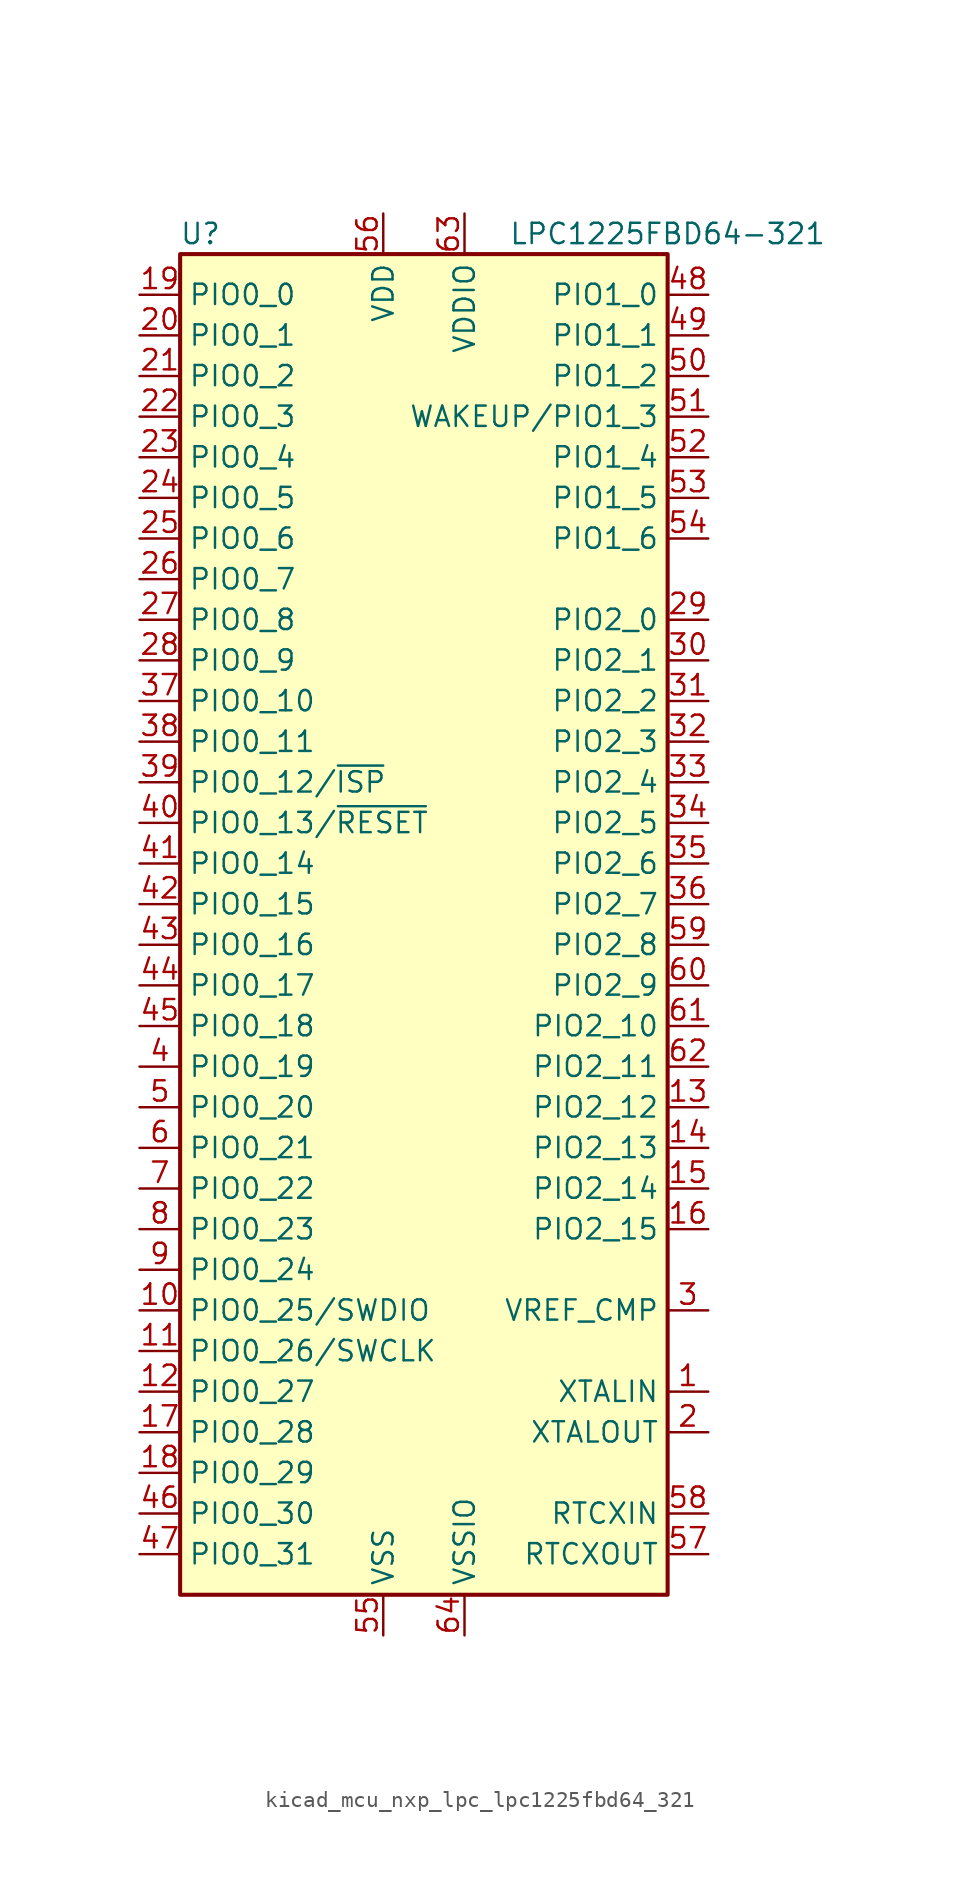
<source format=kicad_sym>
(kicad_symbol_lib
  (version 20220914)
  (generator kicad_symbol_editor)
  (symbol "kicad_mcu_nxp_lpc_lpc1225fbd64_321"
    (property "Reference" "U"
      (at -13.97 44.45 0)
      (effects (font (size 1.27 1.27))))
    (property "Value" "LPC1225FBD64-321"
      (at 15.24 44.45 0)
      (effects (font (size 1.27 1.27))))
    (symbol "kicad_mcu_nxp_lpc_lpc1225fbd64_321_0_1"
      (rectangle (start -15.24 43.18) (end 15.24 -40.64) (stroke (width 0.254) (type default)) (fill (type background))))
    (symbol "kicad_mcu_nxp_lpc_lpc1225fbd64_321_1_1"
      (pin input line (at 17.78 -27.94 180) (length 2.54) (name "XTALIN" (effects (font (size 1.27 1.27)))) (number "1" (effects (font (size 1.27 1.27)))))
      (pin bidirectional line (at -17.78 -22.86 0) (length 2.54) (name "PIO0_25/SWDIO" (effects (font (size 1.27 1.27)))) (number "10" (effects (font (size 1.27 1.27)))))
      (pin bidirectional line (at -17.78 -25.4 0) (length 2.54) (name "PIO0_26/SWCLK" (effects (font (size 1.27 1.27)))) (number "11" (effects (font (size 1.27 1.27)))))
      (pin bidirectional line (at -17.78 -27.94 0) (length 2.54) (name "PIO0_27" (effects (font (size 1.27 1.27)))) (number "12" (effects (font (size 1.27 1.27)))))
      (pin bidirectional line (at 17.78 -10.16 180) (length 2.54) (name "PIO2_12" (effects (font (size 1.27 1.27)))) (number "13" (effects (font (size 1.27 1.27)))))
      (pin bidirectional line (at 17.78 -12.7 180) (length 2.54) (name "PIO2_13" (effects (font (size 1.27 1.27)))) (number "14" (effects (font (size 1.27 1.27)))))
      (pin bidirectional line (at 17.78 -15.24 180) (length 2.54) (name "PIO2_14" (effects (font (size 1.27 1.27)))) (number "15" (effects (font (size 1.27 1.27)))))
      (pin bidirectional line (at 17.78 -17.78 180) (length 2.54) (name "PIO2_15" (effects (font (size 1.27 1.27)))) (number "16" (effects (font (size 1.27 1.27)))))
      (pin bidirectional line (at -17.78 -30.48 0) (length 2.54) (name "PIO0_28" (effects (font (size 1.27 1.27)))) (number "17" (effects (font (size 1.27 1.27)))))
      (pin bidirectional line (at -17.78 -33.02 0) (length 2.54) (name "PIO0_29" (effects (font (size 1.27 1.27)))) (number "18" (effects (font (size 1.27 1.27)))))
      (pin bidirectional line (at -17.78 40.64 0) (length 2.54) (name "PIO0_0" (effects (font (size 1.27 1.27)))) (number "19" (effects (font (size 1.27 1.27)))))
      (pin output line (at 17.78 -30.48 180) (length 2.54) (name "XTALOUT" (effects (font (size 1.27 1.27)))) (number "2" (effects (font (size 1.27 1.27)))))
      (pin bidirectional line (at -17.78 38.1 0) (length 2.54) (name "PIO0_1" (effects (font (size 1.27 1.27)))) (number "20" (effects (font (size 1.27 1.27)))))
      (pin bidirectional line (at -17.78 35.56 0) (length 2.54) (name "PIO0_2" (effects (font (size 1.27 1.27)))) (number "21" (effects (font (size 1.27 1.27)))))
      (pin bidirectional line (at -17.78 33.02 0) (length 2.54) (name "PIO0_3" (effects (font (size 1.27 1.27)))) (number "22" (effects (font (size 1.27 1.27)))))
      (pin bidirectional line (at -17.78 30.48 0) (length 2.54) (name "PIO0_4" (effects (font (size 1.27 1.27)))) (number "23" (effects (font (size 1.27 1.27)))))
      (pin bidirectional line (at -17.78 27.94 0) (length 2.54) (name "PIO0_5" (effects (font (size 1.27 1.27)))) (number "24" (effects (font (size 1.27 1.27)))))
      (pin bidirectional line (at -17.78 25.4 0) (length 2.54) (name "PIO0_6" (effects (font (size 1.27 1.27)))) (number "25" (effects (font (size 1.27 1.27)))))
      (pin bidirectional line (at -17.78 22.86 0) (length 2.54) (name "PIO0_7" (effects (font (size 1.27 1.27)))) (number "26" (effects (font (size 1.27 1.27)))))
      (pin bidirectional line (at -17.78 20.32 0) (length 2.54) (name "PIO0_8" (effects (font (size 1.27 1.27)))) (number "27" (effects (font (size 1.27 1.27)))))
      (pin bidirectional line (at -17.78 17.78 0) (length 2.54) (name "PIO0_9" (effects (font (size 1.27 1.27)))) (number "28" (effects (font (size 1.27 1.27)))))
      (pin bidirectional line (at 17.78 20.32 180) (length 2.54) (name "PIO2_0" (effects (font (size 1.27 1.27)))) (number "29" (effects (font (size 1.27 1.27)))))
      (pin input line (at 17.78 -22.86 180) (length 2.54) (name "VREF_CMP" (effects (font (size 1.27 1.27)))) (number "3" (effects (font (size 1.27 1.27)))))
      (pin bidirectional line (at 17.78 17.78 180) (length 2.54) (name "PIO2_1" (effects (font (size 1.27 1.27)))) (number "30" (effects (font (size 1.27 1.27)))))
      (pin bidirectional line (at 17.78 15.24 180) (length 2.54) (name "PIO2_2" (effects (font (size 1.27 1.27)))) (number "31" (effects (font (size 1.27 1.27)))))
      (pin bidirectional line (at 17.78 12.7 180) (length 2.54) (name "PIO2_3" (effects (font (size 1.27 1.27)))) (number "32" (effects (font (size 1.27 1.27)))))
      (pin bidirectional line (at 17.78 10.16 180) (length 2.54) (name "PIO2_4" (effects (font (size 1.27 1.27)))) (number "33" (effects (font (size 1.27 1.27)))))
      (pin bidirectional line (at 17.78 7.62 180) (length 2.54) (name "PIO2_5" (effects (font (size 1.27 1.27)))) (number "34" (effects (font (size 1.27 1.27)))))
      (pin bidirectional line (at 17.78 5.08 180) (length 2.54) (name "PIO2_6" (effects (font (size 1.27 1.27)))) (number "35" (effects (font (size 1.27 1.27)))))
      (pin bidirectional line (at 17.78 2.54 180) (length 2.54) (name "PIO2_7" (effects (font (size 1.27 1.27)))) (number "36" (effects (font (size 1.27 1.27)))))
      (pin bidirectional line (at -17.78 15.24 0) (length 2.54) (name "PIO0_10" (effects (font (size 1.27 1.27)))) (number "37" (effects (font (size 1.27 1.27)))))
      (pin bidirectional line (at -17.78 12.7 0) (length 2.54) (name "PIO0_11" (effects (font (size 1.27 1.27)))) (number "38" (effects (font (size 1.27 1.27)))))
      (pin bidirectional line (at -17.78 10.16 0) (length 2.54) (name "PIO0_12/~{ISP}" (effects (font (size 1.27 1.27)))) (number "39" (effects (font (size 1.27 1.27)))))
      (pin bidirectional line (at -17.78 -7.62 0) (length 2.54) (name "PIO0_19" (effects (font (size 1.27 1.27)))) (number "4" (effects (font (size 1.27 1.27)))))
      (pin bidirectional line (at -17.78 7.62 0) (length 2.54) (name "PIO0_13/~{RESET}" (effects (font (size 1.27 1.27)))) (number "40" (effects (font (size 1.27 1.27)))))
      (pin bidirectional line (at -17.78 5.08 0) (length 2.54) (name "PIO0_14" (effects (font (size 1.27 1.27)))) (number "41" (effects (font (size 1.27 1.27)))))
      (pin bidirectional line (at -17.78 2.54 0) (length 2.54) (name "PIO0_15" (effects (font (size 1.27 1.27)))) (number "42" (effects (font (size 1.27 1.27)))))
      (pin bidirectional line (at -17.78 0 0) (length 2.54) (name "PIO0_16" (effects (font (size 1.27 1.27)))) (number "43" (effects (font (size 1.27 1.27)))))
      (pin bidirectional line (at -17.78 -2.54 0) (length 2.54) (name "PIO0_17" (effects (font (size 1.27 1.27)))) (number "44" (effects (font (size 1.27 1.27)))))
      (pin bidirectional line (at -17.78 -5.08 0) (length 2.54) (name "PIO0_18" (effects (font (size 1.27 1.27)))) (number "45" (effects (font (size 1.27 1.27)))))
      (pin bidirectional line (at -17.78 -35.56 0) (length 2.54) (name "PIO0_30" (effects (font (size 1.27 1.27)))) (number "46" (effects (font (size 1.27 1.27)))))
      (pin bidirectional line (at -17.78 -38.1 0) (length 2.54) (name "PIO0_31" (effects (font (size 1.27 1.27)))) (number "47" (effects (font (size 1.27 1.27)))))
      (pin bidirectional line (at 17.78 40.64 180) (length 2.54) (name "PIO1_0" (effects (font (size 1.27 1.27)))) (number "48" (effects (font (size 1.27 1.27)))))
      (pin bidirectional line (at 17.78 38.1 180) (length 2.54) (name "PIO1_1" (effects (font (size 1.27 1.27)))) (number "49" (effects (font (size 1.27 1.27)))))
      (pin bidirectional line (at -17.78 -10.16 0) (length 2.54) (name "PIO0_20" (effects (font (size 1.27 1.27)))) (number "5" (effects (font (size 1.27 1.27)))))
      (pin bidirectional line (at 17.78 35.56 180) (length 2.54) (name "PIO1_2" (effects (font (size 1.27 1.27)))) (number "50" (effects (font (size 1.27 1.27)))))
      (pin bidirectional line (at 17.78 33.02 180) (length 2.54) (name "WAKEUP/PIO1_3" (effects (font (size 1.27 1.27)))) (number "51" (effects (font (size 1.27 1.27)))))
      (pin bidirectional line (at 17.78 30.48 180) (length 2.54) (name "PIO1_4" (effects (font (size 1.27 1.27)))) (number "52" (effects (font (size 1.27 1.27)))))
      (pin bidirectional line (at 17.78 27.94 180) (length 2.54) (name "PIO1_5" (effects (font (size 1.27 1.27)))) (number "53" (effects (font (size 1.27 1.27)))))
      (pin bidirectional line (at 17.78 25.4 180) (length 2.54) (name "PIO1_6" (effects (font (size 1.27 1.27)))) (number "54" (effects (font (size 1.27 1.27)))))
      (pin power_in line (at -2.54 -43.18 90) (length 2.54) (name "VSS" (effects (font (size 1.27 1.27)))) (number "55" (effects (font (size 1.27 1.27)))))
      (pin power_in line (at -2.54 45.72 270) (length 2.54) (name "VDD" (effects (font (size 1.27 1.27)))) (number "56" (effects (font (size 1.27 1.27)))))
      (pin output line (at 17.78 -38.1 180) (length 2.54) (name "RTCXOUT" (effects (font (size 1.27 1.27)))) (number "57" (effects (font (size 1.27 1.27)))))
      (pin input line (at 17.78 -35.56 180) (length 2.54) (name "RTCXIN" (effects (font (size 1.27 1.27)))) (number "58" (effects (font (size 1.27 1.27)))))
      (pin bidirectional line (at 17.78 0 180) (length 2.54) (name "PIO2_8" (effects (font (size 1.27 1.27)))) (number "59" (effects (font (size 1.27 1.27)))))
      (pin bidirectional line (at -17.78 -12.7 0) (length 2.54) (name "PIO0_21" (effects (font (size 1.27 1.27)))) (number "6" (effects (font (size 1.27 1.27)))))
      (pin bidirectional line (at 17.78 -2.54 180) (length 2.54) (name "PIO2_9" (effects (font (size 1.27 1.27)))) (number "60" (effects (font (size 1.27 1.27)))))
      (pin bidirectional line (at 17.78 -5.08 180) (length 2.54) (name "PIO2_10" (effects (font (size 1.27 1.27)))) (number "61" (effects (font (size 1.27 1.27)))))
      (pin bidirectional line (at 17.78 -7.62 180) (length 2.54) (name "PIO2_11" (effects (font (size 1.27 1.27)))) (number "62" (effects (font (size 1.27 1.27)))))
      (pin power_in line (at 2.54 45.72 270) (length 2.54) (name "VDDIO" (effects (font (size 1.27 1.27)))) (number "63" (effects (font (size 1.27 1.27)))))
      (pin power_in line (at 2.54 -43.18 90) (length 2.54) (name "VSSIO" (effects (font (size 1.27 1.27)))) (number "64" (effects (font (size 1.27 1.27)))))
      (pin bidirectional line (at -17.78 -15.24 0) (length 2.54) (name "PIO0_22" (effects (font (size 1.27 1.27)))) (number "7" (effects (font (size 1.27 1.27)))))
      (pin bidirectional line (at -17.78 -17.78 0) (length 2.54) (name "PIO0_23" (effects (font (size 1.27 1.27)))) (number "8" (effects (font (size 1.27 1.27)))))
      (pin bidirectional line (at -17.78 -20.32 0) (length 2.54) (name "PIO0_24" (effects (font (size 1.27 1.27)))) (number "9" (effects (font (size 1.27 1.27))))))))
</source>
